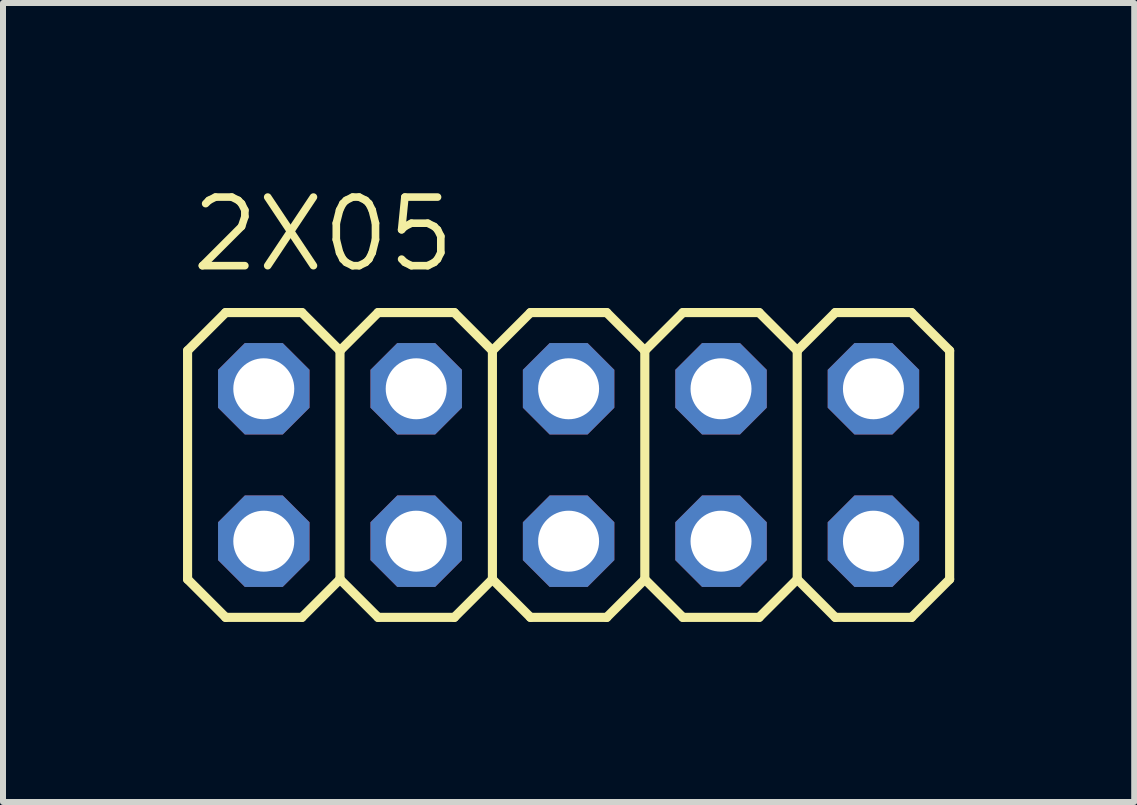
<source format=kicad_pcb>
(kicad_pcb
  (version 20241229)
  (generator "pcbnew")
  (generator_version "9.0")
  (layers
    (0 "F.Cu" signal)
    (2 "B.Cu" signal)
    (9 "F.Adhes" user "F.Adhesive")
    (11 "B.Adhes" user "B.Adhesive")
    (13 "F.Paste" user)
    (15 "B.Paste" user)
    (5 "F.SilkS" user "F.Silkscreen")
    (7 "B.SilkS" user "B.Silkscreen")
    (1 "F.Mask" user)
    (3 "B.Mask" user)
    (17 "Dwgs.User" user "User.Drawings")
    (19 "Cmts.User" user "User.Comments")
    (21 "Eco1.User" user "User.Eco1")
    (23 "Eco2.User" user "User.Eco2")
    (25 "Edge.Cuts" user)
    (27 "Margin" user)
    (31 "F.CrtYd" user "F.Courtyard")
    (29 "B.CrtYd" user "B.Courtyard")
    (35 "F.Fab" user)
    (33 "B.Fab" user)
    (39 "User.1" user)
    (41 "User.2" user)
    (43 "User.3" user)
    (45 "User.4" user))
  (footprint "2X05"
    (layer "F.Cu")
    (at 6.426 4.699)
    (property "Reference" "2X05" (at -6.35 -3.175 0) (layer "F.SilkS") (effects (font (size 1.143 1.143) (thickness 0.127)) (justify left bottom)))
    (fp_line (start -6.35 -1.905) (end -5.715 -2.54) (stroke (width 0.152) (type solid)) (layer "F.SilkS"))
    (fp_line (start -6.35 1.905) (end -6.35 -1.905) (stroke (width 0.152) (type solid)) (layer "F.SilkS"))
    (fp_line (start -6.35 1.905) (end -5.715 2.54) (stroke (width 0.152) (type solid)) (layer "F.SilkS"))
    (fp_line (start -5.715 -2.54) (end -4.445 -2.54) (stroke (width 0.152) (type solid)) (layer "F.SilkS"))
    (fp_line (start -5.715 2.54) (end -4.445 2.54) (stroke (width 0.152) (type solid)) (layer "F.SilkS"))
    (fp_line (start -4.445 -2.54) (end -3.81 -1.905) (stroke (width 0.152) (type solid)) (layer "F.SilkS"))
    (fp_line (start -4.445 2.54) (end -3.81 1.905) (stroke (width 0.152) (type solid)) (layer "F.SilkS"))
    (fp_line (start -3.81 -1.905) (end -3.81 1.905) (stroke (width 0.152) (type solid)) (layer "F.SilkS"))
    (fp_line (start -3.81 -1.905) (end -3.175 -2.54) (stroke (width 0.152) (type solid)) (layer "F.SilkS"))
    (fp_line (start -3.81 1.905) (end -3.175 2.54) (stroke (width 0.152) (type solid)) (layer "F.SilkS"))
    (fp_line (start -3.175 -2.54) (end -1.905 -2.54) (stroke (width 0.152) (type solid)) (layer "F.SilkS"))
    (fp_line (start -3.175 2.54) (end -1.905 2.54) (stroke (width 0.152) (type solid)) (layer "F.SilkS"))
    (fp_line (start -1.905 -2.54) (end -1.27 -1.905) (stroke (width 0.152) (type solid)) (layer "F.SilkS"))
    (fp_line (start -1.905 2.54) (end -1.27 1.905) (stroke (width 0.152) (type solid)) (layer "F.SilkS"))
    (fp_line (start -1.27 -1.905) (end -1.27 1.905) (stroke (width 0.152) (type solid)) (layer "F.SilkS"))
    (fp_line (start -1.27 -1.905) (end -0.635 -2.54) (stroke (width 0.152) (type solid)) (layer "F.SilkS"))
    (fp_line (start -1.27 1.905) (end -0.635 2.54) (stroke (width 0.152) (type solid)) (layer "F.SilkS"))
    (fp_line (start -0.635 -2.54) (end 0.635 -2.54) (stroke (width 0.152) (type solid)) (layer "F.SilkS"))
    (fp_line (start -0.635 2.54) (end 0.635 2.54) (stroke (width 0.152) (type solid)) (layer "F.SilkS"))
    (fp_line (start 0.635 -2.54) (end 1.27 -1.905) (stroke (width 0.152) (type solid)) (layer "F.SilkS"))
    (fp_line (start 0.635 2.54) (end 1.27 1.905) (stroke (width 0.152) (type solid)) (layer "F.SilkS"))
    (fp_line (start 1.27 -1.905) (end 1.27 1.905) (stroke (width 0.152) (type solid)) (layer "F.SilkS"))
    (fp_line (start 1.27 -1.905) (end 1.905 -2.54) (stroke (width 0.152) (type solid)) (layer "F.SilkS"))
    (fp_line (start 1.27 1.905) (end 1.905 2.54) (stroke (width 0.152) (type solid)) (layer "F.SilkS"))
    (fp_line (start 1.905 -2.54) (end 3.175 -2.54) (stroke (width 0.152) (type solid)) (layer "F.SilkS"))
    (fp_line (start 1.905 2.54) (end 3.175 2.54) (stroke (width 0.152) (type solid)) (layer "F.SilkS"))
    (fp_line (start 3.175 -2.54) (end 3.81 -1.905) (stroke (width 0.152) (type solid)) (layer "F.SilkS"))
    (fp_line (start 3.175 2.54) (end 3.81 1.905) (stroke (width 0.152) (type solid)) (layer "F.SilkS"))
    (fp_line (start 3.81 -1.905) (end 3.81 1.905) (stroke (width 0.152) (type solid)) (layer "F.SilkS"))
    (fp_line (start 3.81 -1.905) (end 4.445 -2.54) (stroke (width 0.152) (type solid)) (layer "F.SilkS"))
    (fp_line (start 3.81 1.905) (end 4.445 2.54) (stroke (width 0.152) (type solid)) (layer "F.SilkS"))
    (fp_line (start 4.445 -2.54) (end 5.715 -2.54) (stroke (width 0.152) (type solid)) (layer "F.SilkS"))
    (fp_line (start 4.445 2.54) (end 5.715 2.54) (stroke (width 0.152) (type solid)) (layer "F.SilkS"))
    (fp_line (start 5.715 -2.54) (end 6.35 -1.905) (stroke (width 0.152) (type solid)) (layer "F.SilkS"))
    (fp_line (start 5.715 2.54) (end 6.35 1.905) (stroke (width 0.152) (type solid)) (layer "F.SilkS"))
    (fp_line (start 6.35 -1.905) (end 6.35 1.905) (stroke (width 0.152) (type solid)) (layer "F.SilkS"))
    (fp_poly (pts (xy -5.334 -1.016) (xy -4.826 -1.016) (xy -4.826 -1.524) (xy -5.334 -1.524)) (stroke (width 0.1) (type solid)) (fill no) (layer "F.Fab"))
    (fp_poly (pts (xy -5.334 1.524) (xy -4.826 1.524) (xy -4.826 1.016) (xy -5.334 1.016)) (stroke (width 0.1) (type solid)) (fill no) (layer "F.Fab"))
    (fp_poly (pts (xy -2.794 -1.016) (xy -2.286 -1.016) (xy -2.286 -1.524) (xy -2.794 -1.524)) (stroke (width 0.1) (type solid)) (fill no) (layer "F.Fab"))
    (fp_poly (pts (xy -2.794 1.524) (xy -2.286 1.524) (xy -2.286 1.016) (xy -2.794 1.016)) (stroke (width 0.1) (type solid)) (fill no) (layer "F.Fab"))
    (fp_poly (pts (xy -0.254 -1.016) (xy 0.254 -1.016) (xy 0.254 -1.524) (xy -0.254 -1.524)) (stroke (width 0.1) (type solid)) (fill no) (layer "F.Fab"))
    (fp_poly (pts (xy -0.254 1.524) (xy 0.254 1.524) (xy 0.254 1.016) (xy -0.254 1.016)) (stroke (width 0.1) (type solid)) (fill no) (layer "F.Fab"))
    (fp_poly (pts (xy 2.286 -1.016) (xy 2.794 -1.016) (xy 2.794 -1.524) (xy 2.286 -1.524)) (stroke (width 0.1) (type solid)) (fill no) (layer "F.Fab"))
    (fp_poly (pts (xy 2.286 1.524) (xy 2.794 1.524) (xy 2.794 1.016) (xy 2.286 1.016)) (stroke (width 0.1) (type solid)) (fill no) (layer "F.Fab"))
    (fp_poly (pts (xy 4.826 -1.016) (xy 5.334 -1.016) (xy 5.334 -1.524) (xy 4.826 -1.524)) (stroke (width 0.1) (type solid)) (fill no) (layer "F.Fab"))
    (fp_poly (pts (xy 4.826 1.524) (xy 5.334 1.524) (xy 5.334 1.016) (xy 4.826 1.016)) (stroke (width 0.1) (type solid)) (fill no) (layer "F.Fab"))
    (pad "1" thru_hole roundrect (at -5.08 1.27) (size 1.524 1.524) (drill 1.016) (layers "*.Cu" "*.Mask") (roundrect_rratio 0.25) (chamfer_ratio 0.293) (chamfer top_left top_right bottom_left bottom_right))
    (pad "2" thru_hole roundrect (at -5.08 -1.27) (size 1.524 1.524) (drill 1.016) (layers "*.Cu" "*.Mask") (roundrect_rratio 0.25) (chamfer_ratio 0.293) (chamfer top_left top_right bottom_left bottom_right))
    (pad "3" thru_hole roundrect (at -2.54 1.27) (size 1.524 1.524) (drill 1.016) (layers "*.Cu" "*.Mask") (roundrect_rratio 0.25) (chamfer_ratio 0.293) (chamfer top_left top_right bottom_left bottom_right))
    (pad "4" thru_hole roundrect (at -2.54 -1.27) (size 1.524 1.524) (drill 1.016) (layers "*.Cu" "*.Mask") (roundrect_rratio 0.25) (chamfer_ratio 0.293) (chamfer top_left top_right bottom_left bottom_right))
    (pad "5" thru_hole roundrect (at 0 1.27) (size 1.524 1.524) (drill 1.016) (layers "*.Cu" "*.Mask") (roundrect_rratio 0.25) (chamfer_ratio 0.293) (chamfer top_left top_right bottom_left bottom_right))
    (pad "6" thru_hole roundrect (at 0 -1.27) (size 1.524 1.524) (drill 1.016) (layers "*.Cu" "*.Mask") (roundrect_rratio 0.25) (chamfer_ratio 0.293) (chamfer top_left top_right bottom_left bottom_right))
    (pad "7" thru_hole roundrect (at 2.54 1.27) (size 1.524 1.524) (drill 1.016) (layers "*.Cu" "*.Mask") (roundrect_rratio 0.25) (chamfer_ratio 0.293) (chamfer top_left top_right bottom_left bottom_right))
    (pad "8" thru_hole roundrect (at 2.54 -1.27) (size 1.524 1.524) (drill 1.016) (layers "*.Cu" "*.Mask") (roundrect_rratio 0.25) (chamfer_ratio 0.293) (chamfer top_left top_right bottom_left bottom_right))
    (pad "9" thru_hole roundrect (at 5.08 1.27) (size 1.524 1.524) (drill 1.016) (layers "*.Cu" "*.Mask") (roundrect_rratio 0.25) (chamfer_ratio 0.293) (chamfer top_left top_right bottom_left bottom_right))
    (pad "10" thru_hole roundrect (at 5.08 -1.27) (size 1.524 1.524) (drill 1.016) (layers "*.Cu" "*.Mask") (roundrect_rratio 0.25) (chamfer_ratio 0.293) (chamfer top_left top_right bottom_left bottom_right)))
  (gr_rect
    (start -3 -3)
    (end 15.852 10.315)
    (stroke (width 0.1) (type default))
    (fill no)
    (layer "Edge.Cuts")))
</source>
